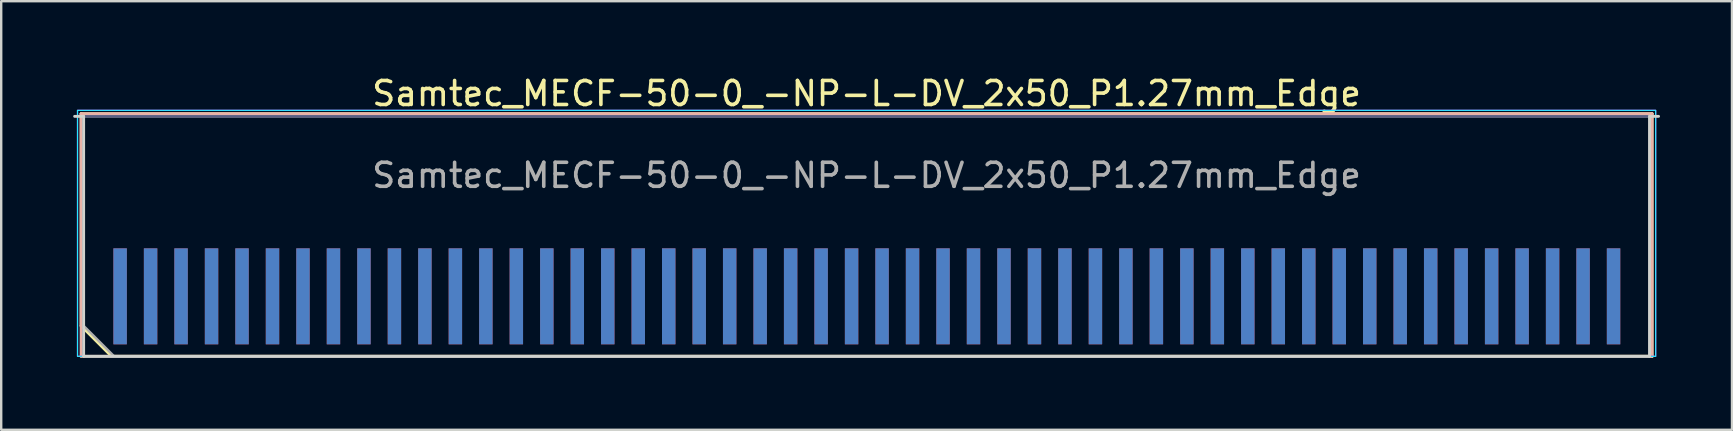
<source format=kicad_pcb>
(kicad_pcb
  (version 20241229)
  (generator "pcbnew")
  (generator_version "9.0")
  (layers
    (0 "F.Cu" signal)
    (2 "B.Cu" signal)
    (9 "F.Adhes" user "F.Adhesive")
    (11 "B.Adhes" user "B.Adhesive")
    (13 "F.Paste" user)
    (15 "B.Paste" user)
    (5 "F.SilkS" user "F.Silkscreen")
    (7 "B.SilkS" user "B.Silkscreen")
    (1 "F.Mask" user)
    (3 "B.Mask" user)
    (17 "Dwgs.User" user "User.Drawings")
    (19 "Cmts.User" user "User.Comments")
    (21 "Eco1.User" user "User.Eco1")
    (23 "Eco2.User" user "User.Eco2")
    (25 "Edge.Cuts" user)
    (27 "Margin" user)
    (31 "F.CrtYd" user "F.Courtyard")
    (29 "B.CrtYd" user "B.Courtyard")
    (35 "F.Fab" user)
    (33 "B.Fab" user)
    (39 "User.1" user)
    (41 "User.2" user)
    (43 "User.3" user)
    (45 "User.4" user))
  (footprint "Samtec_MECF-50-0_-NP-L-DV_2x50_P1.27mm_Edge"
    (layer "F.Cu")
    (at 33.06 6.798)
    (property "Reference" "Samtec_MECF-50-0_-NP-L-DV_2x50_P1.27mm_Edge" (at 0 -5.95 0) (layer "F.SilkS") (effects (font (size 1 1) (thickness 0.15))))
    (attr exclude_from_pos_files exclude_from_bom)
    (fp_line (start -32.73 -5.11) (end 32.73 -5.11) (stroke (width 0.12) (type solid)) (layer "F.SilkS"))
    (fp_line (start -32.73 3.73) (end -32.73 -5.11) (stroke (width 0.12) (type solid)) (layer "F.SilkS"))
    (fp_line (start -31.46 5) (end -32.73 3.73) (stroke (width 0.12) (type solid)) (layer "F.SilkS"))
    (fp_line (start -31.46 5) (end 32.73 5) (stroke (width 0.12) (type solid)) (layer "F.SilkS"))
    (fp_line (start 32.73 5) (end 32.73 -5.11) (stroke (width 0.12) (type solid)) (layer "F.SilkS"))
    (fp_line (start -32.73 -5.11) (end 32.73 -5.11) (stroke (width 0.12) (type solid)) (layer "B.SilkS"))
    (fp_line (start -32.73 5) (end -32.73 -5.11) (stroke (width 0.12) (type solid)) (layer "B.SilkS"))
    (fp_line (start -32.73 5) (end 32.73 5) (stroke (width 0.12) (type solid)) (layer "B.SilkS"))
    (fp_line (start 32.73 5) (end 32.73 -5.11) (stroke (width 0.12) (type solid)) (layer "B.SilkS"))
    (fp_line (start -33 -5) (end -32.625 -5) (stroke (width 0.12) (type solid)) (layer "Edge.Cuts"))
    (fp_line (start -32.625 5) (end -32.625 -5) (stroke (width 0.12) (type solid)) (layer "Edge.Cuts"))
    (fp_line (start -32.625 5) (end 32.625 5) (stroke (width 0.12) (type solid)) (layer "Edge.Cuts"))
    (fp_line (start 32.625 5) (end 32.625 -5) (stroke (width 0.12) (type solid)) (layer "Edge.Cuts"))
    (fp_line (start 33 -5) (end 32.625 -5) (stroke (width 0.12) (type solid)) (layer "Edge.Cuts"))
    (fp_rect (start -32.88 -5.25) (end 32.88 5) (stroke (width 0.05) (type solid)) (fill no) (layer "B.CrtYd"))
    (fp_rect (start -32.88 -5.25) (end 32.88 5) (stroke (width 0.05) (type solid)) (fill no) (layer "F.CrtYd"))
    (fp_line (start -32.625 -5) (end 32.625 -5) (stroke (width 0.1) (type solid)) (layer "B.Fab"))
    (fp_line (start -32.625 5) (end -32.625 -5) (stroke (width 0.1) (type solid)) (layer "B.Fab"))
    (fp_line (start -32.625 5) (end 32.625 5) (stroke (width 0.1) (type solid)) (layer "B.Fab"))
    (fp_line (start 32.625 5) (end 32.625 -5) (stroke (width 0.1) (type solid)) (layer "B.Fab"))
    (fp_line (start -32.625 -5) (end 32.625 -5) (stroke (width 0.1) (type solid)) (layer "F.Fab"))
    (fp_line (start -32.625 3.73) (end -32.625 -5) (stroke (width 0.1) (type solid)) (layer "F.Fab"))
    (fp_line (start -32.625 3.73) (end -31.355 5) (stroke (width 0.1) (type solid)) (layer "F.Fab"))
    (fp_line (start -31.355 5) (end 32.625 5) (stroke (width 0.1) (type solid)) (layer "F.Fab"))
    (fp_line (start 32.625 5) (end 32.625 -5) (stroke (width 0.1) (type solid)) (layer "F.Fab"))
    (fp_text user "${REFERENCE}" (at 0 -2.54 0) (layer "F.Fab") (effects (font (size 1 1) (thickness 0.15))))
    (pad "1" connect rect (at -31.105 2.5) (size 0.56 4) (layers "F.Cu" "F.Mask"))
    (pad "2" connect rect (at -31.105 2.5) (size 0.56 4) (layers "B.Cu" "B.Mask"))
    (pad "3" connect rect (at -29.835 2.5) (size 0.56 4) (layers "F.Cu" "F.Mask"))
    (pad "4" connect rect (at -29.835 2.5) (size 0.56 4) (layers "B.Cu" "B.Mask"))
    (pad "5" connect rect (at -28.565 2.5) (size 0.56 4) (layers "F.Cu" "F.Mask"))
    (pad "6" connect rect (at -28.565 2.5) (size 0.56 4) (layers "B.Cu" "B.Mask"))
    (pad "7" connect rect (at -27.295 2.5) (size 0.56 4) (layers "F.Cu" "F.Mask"))
    (pad "8" connect rect (at -27.295 2.5) (size 0.56 4) (layers "B.Cu" "B.Mask"))
    (pad "9" connect rect (at -26.025 2.5) (size 0.56 4) (layers "F.Cu" "F.Mask"))
    (pad "10" connect rect (at -26.025 2.5) (size 0.56 4) (layers "B.Cu" "B.Mask"))
    (pad "11" connect rect (at -24.755 2.5) (size 0.56 4) (layers "F.Cu" "F.Mask"))
    (pad "12" connect rect (at -24.755 2.5) (size 0.56 4) (layers "B.Cu" "B.Mask"))
    (pad "13" connect rect (at -23.485 2.5) (size 0.56 4) (layers "F.Cu" "F.Mask"))
    (pad "14" connect rect (at -23.485 2.5) (size 0.56 4) (layers "B.Cu" "B.Mask"))
    (pad "15" connect rect (at -22.215 2.5) (size 0.56 4) (layers "F.Cu" "F.Mask"))
    (pad "16" connect rect (at -22.215 2.5) (size 0.56 4) (layers "B.Cu" "B.Mask"))
    (pad "17" connect rect (at -20.945 2.5) (size 0.56 4) (layers "F.Cu" "F.Mask"))
    (pad "18" connect rect (at -20.945 2.5) (size 0.56 4) (layers "B.Cu" "B.Mask"))
    (pad "19" connect rect (at -19.675 2.5) (size 0.56 4) (layers "F.Cu" "F.Mask"))
    (pad "20" connect rect (at -19.675 2.5) (size 0.56 4) (layers "B.Cu" "B.Mask"))
    (pad "21" connect rect (at -18.405 2.5) (size 0.56 4) (layers "F.Cu" "F.Mask"))
    (pad "22" connect rect (at -18.405 2.5) (size 0.56 4) (layers "B.Cu" "B.Mask"))
    (pad "23" connect rect (at -17.135 2.5) (size 0.56 4) (layers "F.Cu" "F.Mask"))
    (pad "24" connect rect (at -17.135 2.5) (size 0.56 4) (layers "B.Cu" "B.Mask"))
    (pad "25" connect rect (at -15.865 2.5) (size 0.56 4) (layers "F.Cu" "F.Mask"))
    (pad "26" connect rect (at -15.865 2.5) (size 0.56 4) (layers "B.Cu" "B.Mask"))
    (pad "27" connect rect (at -14.595 2.5) (size 0.56 4) (layers "F.Cu" "F.Mask"))
    (pad "28" connect rect (at -14.595 2.5) (size 0.56 4) (layers "B.Cu" "B.Mask"))
    (pad "29" connect rect (at -13.325 2.5) (size 0.56 4) (layers "F.Cu" "F.Mask"))
    (pad "30" connect rect (at -13.325 2.5) (size 0.56 4) (layers "B.Cu" "B.Mask"))
    (pad "31" connect rect (at -12.055 2.5) (size 0.56 4) (layers "F.Cu" "F.Mask"))
    (pad "32" connect rect (at -12.055 2.5) (size 0.56 4) (layers "B.Cu" "B.Mask"))
    (pad "33" connect rect (at -10.785 2.5) (size 0.56 4) (layers "F.Cu" "F.Mask"))
    (pad "34" connect rect (at -10.785 2.5) (size 0.56 4) (layers "B.Cu" "B.Mask"))
    (pad "35" connect rect (at -9.515 2.5) (size 0.56 4) (layers "F.Cu" "F.Mask"))
    (pad "36" connect rect (at -9.515 2.5) (size 0.56 4) (layers "B.Cu" "B.Mask"))
    (pad "37" connect rect (at -8.245 2.5) (size 0.56 4) (layers "F.Cu" "F.Mask"))
    (pad "38" connect rect (at -8.245 2.5) (size 0.56 4) (layers "B.Cu" "B.Mask"))
    (pad "39" connect rect (at -6.975 2.5) (size 0.56 4) (layers "F.Cu" "F.Mask"))
    (pad "40" connect rect (at -6.975 2.5) (size 0.56 4) (layers "B.Cu" "B.Mask"))
    (pad "41" connect rect (at -5.705 2.5) (size 0.56 4) (layers "F.Cu" "F.Mask"))
    (pad "42" connect rect (at -5.705 2.5) (size 0.56 4) (layers "B.Cu" "B.Mask"))
    (pad "43" connect rect (at -4.435 2.5) (size 0.56 4) (layers "F.Cu" "F.Mask"))
    (pad "44" connect rect (at -4.435 2.5) (size 0.56 4) (layers "B.Cu" "B.Mask"))
    (pad "45" connect rect (at -3.165 2.5) (size 0.56 4) (layers "F.Cu" "F.Mask"))
    (pad "46" connect rect (at -3.165 2.5) (size 0.56 4) (layers "B.Cu" "B.Mask"))
    (pad "47" connect rect (at -1.895 2.5) (size 0.56 4) (layers "F.Cu" "F.Mask"))
    (pad "48" connect rect (at -1.895 2.5) (size 0.56 4) (layers "B.Cu" "B.Mask"))
    (pad "49" connect rect (at -0.625 2.5) (size 0.56 4) (layers "F.Cu" "F.Mask"))
    (pad "50" connect rect (at -0.625 2.5) (size 0.56 4) (layers "B.Cu" "B.Mask"))
    (pad "51" connect rect (at 0.645 2.5) (size 0.56 4) (layers "F.Cu" "F.Mask"))
    (pad "52" connect rect (at 0.645 2.5) (size 0.56 4) (layers "B.Cu" "B.Mask"))
    (pad "53" connect rect (at 1.915 2.5) (size 0.56 4) (layers "F.Cu" "F.Mask"))
    (pad "54" connect rect (at 1.915 2.5) (size 0.56 4) (layers "B.Cu" "B.Mask"))
    (pad "55" connect rect (at 3.185 2.5) (size 0.56 4) (layers "F.Cu" "F.Mask"))
    (pad "56" connect rect (at 3.185 2.5) (size 0.56 4) (layers "B.Cu" "B.Mask"))
    (pad "57" connect rect (at 4.455 2.5) (size 0.56 4) (layers "F.Cu" "F.Mask"))
    (pad "58" connect rect (at 4.455 2.5) (size 0.56 4) (layers "B.Cu" "B.Mask"))
    (pad "59" connect rect (at 5.725 2.5) (size 0.56 4) (layers "F.Cu" "F.Mask"))
    (pad "60" connect rect (at 5.725 2.5) (size 0.56 4) (layers "B.Cu" "B.Mask"))
    (pad "61" connect rect (at 6.995 2.5) (size 0.56 4) (layers "F.Cu" "F.Mask"))
    (pad "62" connect rect (at 6.995 2.5) (size 0.56 4) (layers "B.Cu" "B.Mask"))
    (pad "63" connect rect (at 8.265 2.5) (size 0.56 4) (layers "F.Cu" "F.Mask"))
    (pad "64" connect rect (at 8.265 2.5) (size 0.56 4) (layers "B.Cu" "B.Mask"))
    (pad "65" connect rect (at 9.535 2.5) (size 0.56 4) (layers "F.Cu" "F.Mask"))
    (pad "66" connect rect (at 9.535 2.5) (size 0.56 4) (layers "B.Cu" "B.Mask"))
    (pad "67" connect rect (at 10.805 2.5) (size 0.56 4) (layers "F.Cu" "F.Mask"))
    (pad "68" connect rect (at 10.805 2.5) (size 0.56 4) (layers "B.Cu" "B.Mask"))
    (pad "69" connect rect (at 12.075 2.5) (size 0.56 4) (layers "F.Cu" "F.Mask"))
    (pad "70" connect rect (at 12.075 2.5) (size 0.56 4) (layers "B.Cu" "B.Mask"))
    (pad "71" connect rect (at 13.345 2.5) (size 0.56 4) (layers "F.Cu" "F.Mask"))
    (pad "72" connect rect (at 13.345 2.5) (size 0.56 4) (layers "B.Cu" "B.Mask"))
    (pad "73" connect rect (at 14.615 2.5) (size 0.56 4) (layers "F.Cu" "F.Mask"))
    (pad "74" connect rect (at 14.615 2.5) (size 0.56 4) (layers "B.Cu" "B.Mask"))
    (pad "75" connect rect (at 15.885 2.5) (size 0.56 4) (layers "F.Cu" "F.Mask"))
    (pad "76" connect rect (at 15.885 2.5) (size 0.56 4) (layers "B.Cu" "B.Mask"))
    (pad "77" connect rect (at 17.155 2.5) (size 0.56 4) (layers "F.Cu" "F.Mask"))
    (pad "78" connect rect (at 17.155 2.5) (size 0.56 4) (layers "B.Cu" "B.Mask"))
    (pad "79" connect rect (at 18.425 2.5) (size 0.56 4) (layers "F.Cu" "F.Mask"))
    (pad "80" connect rect (at 18.425 2.5) (size 0.56 4) (layers "B.Cu" "B.Mask"))
    (pad "81" connect rect (at 19.695 2.5) (size 0.56 4) (layers "F.Cu" "F.Mask"))
    (pad "82" connect rect (at 19.695 2.5) (size 0.56 4) (layers "B.Cu" "B.Mask"))
    (pad "83" connect rect (at 20.965 2.5) (size 0.56 4) (layers "F.Cu" "F.Mask"))
    (pad "84" connect rect (at 20.965 2.5) (size 0.56 4) (layers "B.Cu" "B.Mask"))
    (pad "85" connect rect (at 22.235 2.5) (size 0.56 4) (layers "F.Cu" "F.Mask"))
    (pad "86" connect rect (at 22.235 2.5) (size 0.56 4) (layers "B.Cu" "B.Mask"))
    (pad "87" connect rect (at 23.505 2.5) (size 0.56 4) (layers "F.Cu" "F.Mask"))
    (pad "88" connect rect (at 23.505 2.5) (size 0.56 4) (layers "B.Cu" "B.Mask"))
    (pad "89" connect rect (at 24.775 2.5) (size 0.56 4) (layers "F.Cu" "F.Mask"))
    (pad "90" connect rect (at 24.775 2.5) (size 0.56 4) (layers "B.Cu" "B.Mask"))
    (pad "91" connect rect (at 26.045 2.5) (size 0.56 4) (layers "F.Cu" "F.Mask"))
    (pad "92" connect rect (at 26.045 2.5) (size 0.56 4) (layers "B.Cu" "B.Mask"))
    (pad "93" connect rect (at 27.315 2.5) (size 0.56 4) (layers "F.Cu" "F.Mask"))
    (pad "94" connect rect (at 27.315 2.5) (size 0.56 4) (layers "B.Cu" "B.Mask"))
    (pad "95" connect rect (at 28.585 2.5) (size 0.56 4) (layers "F.Cu" "F.Mask"))
    (pad "96" connect rect (at 28.585 2.5) (size 0.56 4) (layers "B.Cu" "B.Mask"))
    (pad "97" connect rect (at 29.855 2.5) (size 0.56 4) (layers "F.Cu" "F.Mask"))
    (pad "98" connect rect (at 29.855 2.5) (size 0.56 4) (layers "B.Cu" "B.Mask"))
    (pad "99" connect rect (at 31.125 2.5) (size 0.56 4) (layers "F.Cu" "F.Mask"))
    (pad "100" connect rect (at 31.125 2.5) (size 0.56 4) (layers "B.Cu" "B.Mask")))
  (gr_rect
    (start -3 -3)
    (end 69.12 14.858)
    (stroke (width 0.1) (type default))
    (fill no)
    (layer "Edge.Cuts")))
</source>
